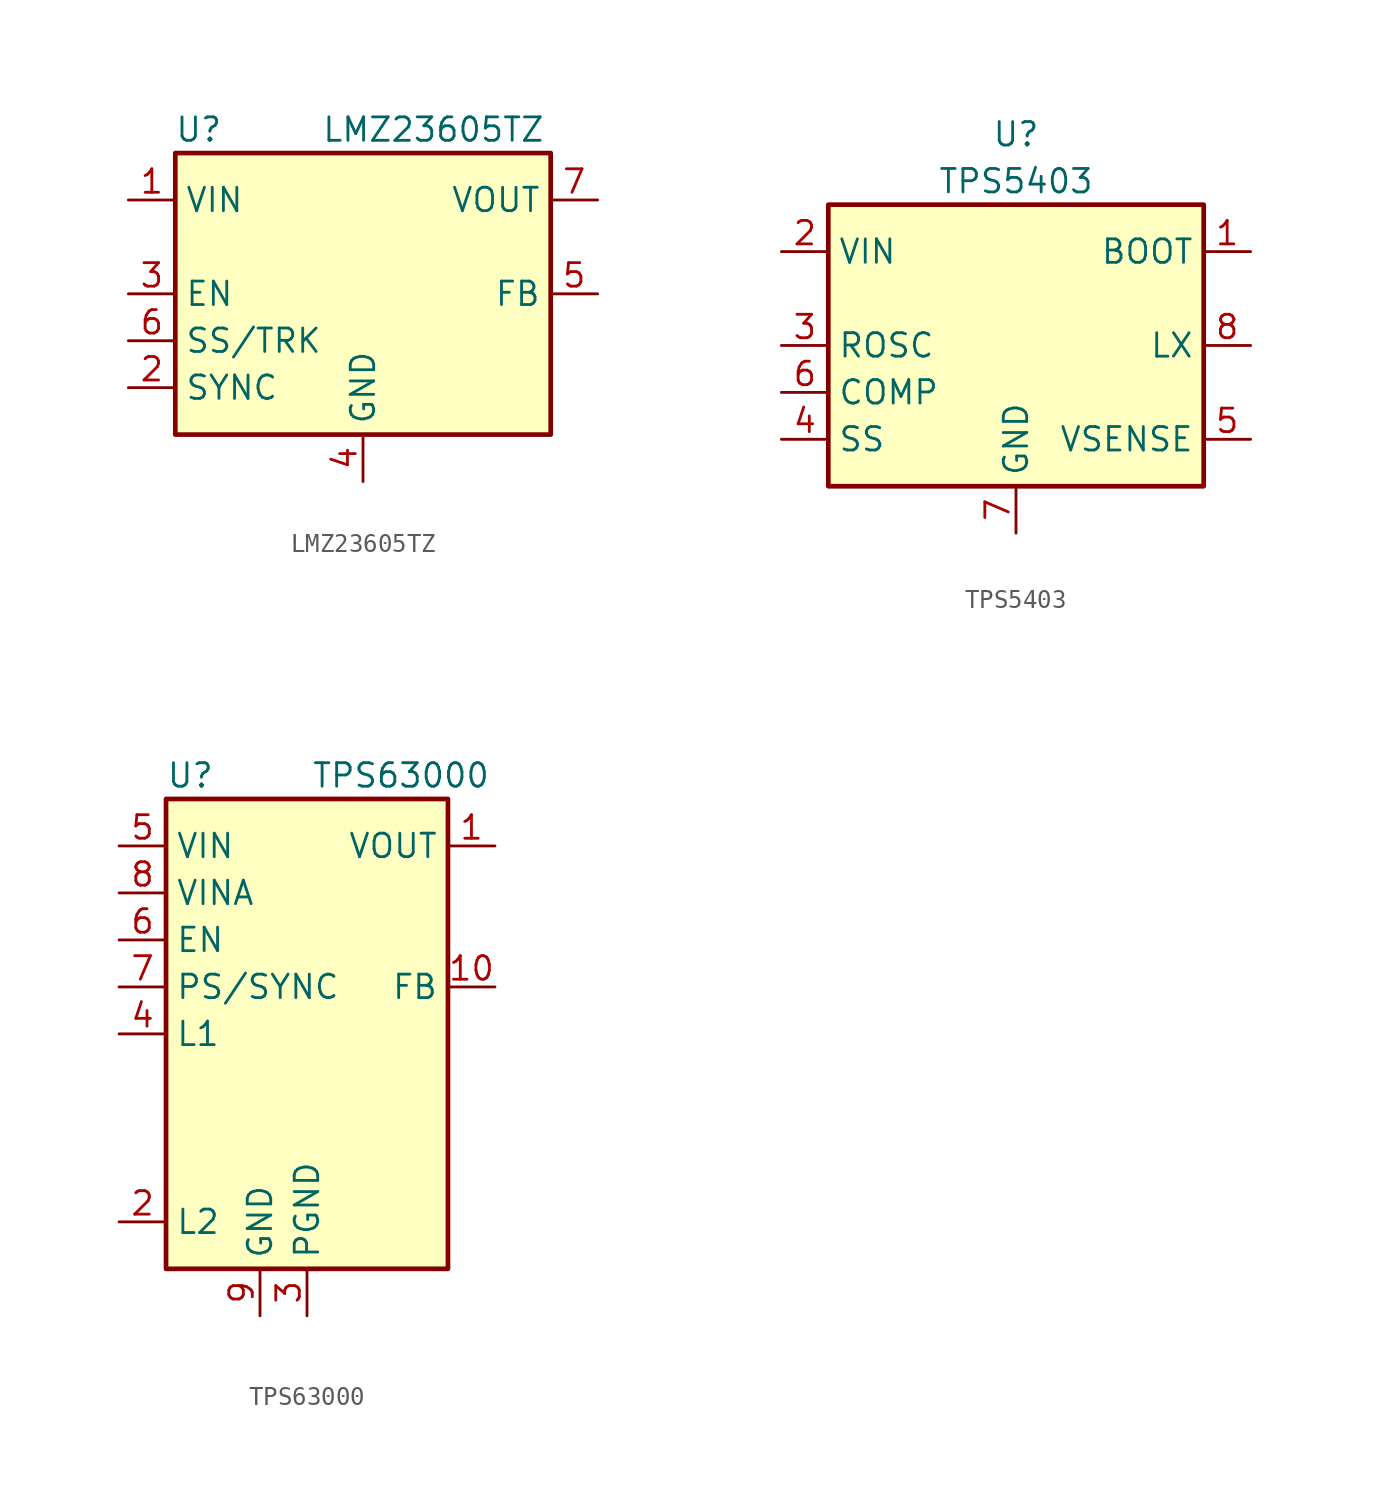
<source format=kicad_sym>
(kicad_symbol_lib
  (version 20211014)
  (generator kicad_symbol_editor)
  (symbol "LMZ23605TZ"
    (property "Reference" "U"
      (at -8.89 8.89 0)
      (effects (font (size 1.27 1.27))))
    (property "Value" "LMZ23605TZ"
      (at 3.81 8.89 0)
      (effects (font (size 1.27 1.27))))
    (symbol "LMZ23605TZ_0_1"
      (rectangle (start -10.16 7.62) (end 10.16 -7.62) (stroke (width 0.254) (type default) (color 0 0 0 0)) (fill (type background))))
    (symbol "LMZ23605TZ_1_1"
      (pin power_in line (at -12.7 5.08 0) (length 2.54) (name "VIN" (effects (font (size 1.27 1.27)))) (number "1" (effects (font (size 1.27 1.27)))))
      (pin input line (at -12.7 -5.08 0) (length 2.54) (name "SYNC" (effects (font (size 1.27 1.27)))) (number "2" (effects (font (size 1.27 1.27)))))
      (pin input line (at -12.7 0 0) (length 2.54) (name "EN" (effects (font (size 1.27 1.27)))) (number "3" (effects (font (size 1.27 1.27)))))
      (pin power_in line (at 0 -10.16 90) (length 2.54) (name "GND" (effects (font (size 1.27 1.27)))) (number "4" (effects (font (size 1.27 1.27)))))
      (pin input line (at 12.7 0 180) (length 2.54) (name "FB" (effects (font (size 1.27 1.27)))) (number "5" (effects (font (size 1.27 1.27)))))
      (pin passive line (at -12.7 -2.54 0) (length 2.54) (name "SS/TRK" (effects (font (size 1.27 1.27)))) (number "6" (effects (font (size 1.27 1.27)))))
      (pin power_out line (at 12.7 5.08 180) (length 2.54) (name "VOUT" (effects (font (size 1.27 1.27)))) (number "7" (effects (font (size 1.27 1.27)))))))
  (symbol "TPS5403"
    (property "Reference" "U"
      (at 0 11.43 0)
      (effects (font (size 1.27 1.27))))
    (property "Value" "TPS5403"
      (at 0 8.89 0)
      (effects (font (size 1.27 1.27))))
    (symbol "TPS5403_1_1"
      (rectangle (start -10.16 7.62) (end 10.16 -7.62) (stroke (width 0.254) (type default) (color 0 0 0 0)) (fill (type background)))
      (pin passive line (at 12.7 5.08 180) (length 2.54) (name "BOOT" (effects (font (size 1.27 1.27)))) (number "1" (effects (font (size 1.27 1.27)))))
      (pin power_in line (at -12.7 5.08 0) (length 2.54) (name "VIN" (effects (font (size 1.27 1.27)))) (number "2" (effects (font (size 1.27 1.27)))))
      (pin passive line (at -12.7 0 0) (length 2.54) (name "ROSC" (effects (font (size 1.27 1.27)))) (number "3" (effects (font (size 1.27 1.27)))))
      (pin passive line (at -12.7 -5.08 0) (length 2.54) (name "SS" (effects (font (size 1.27 1.27)))) (number "4" (effects (font (size 1.27 1.27)))))
      (pin input line (at 12.7 -5.08 180) (length 2.54) (name "VSENSE" (effects (font (size 1.27 1.27)))) (number "5" (effects (font (size 1.27 1.27)))))
      (pin passive line (at -12.7 -2.54 0) (length 2.54) (name "COMP" (effects (font (size 1.27 1.27)))) (number "6" (effects (font (size 1.27 1.27)))))
      (pin power_in line (at 0 -10.16 90) (length 2.54) (name "GND" (effects (font (size 1.27 1.27)))) (number "7" (effects (font (size 1.27 1.27)))))
      (pin output line (at 12.7 0 180) (length 2.54) (name "LX" (effects (font (size 1.27 1.27)))) (number "8" (effects (font (size 1.27 1.27)))))))
  (symbol "TPS63000"
    (property "Reference" "U"
      (at -7.62 13.97 0)
      (effects (font (size 1.27 1.27)) (justify left)))
    (property "Value" "TPS63000"
      (at 5.08 13.97 0)
      (effects (font (size 1.27 1.27))))
    (symbol "TPS63000_0_1"
      (rectangle (start -7.62 12.7) (end 7.62 -12.7) (stroke (width 0.254) (type default) (color 0 0 0 0)) (fill (type background))))
    (symbol "TPS63000_1_1"
      (pin power_out line (at 10.16 10.16 180) (length 2.54) (name "VOUT" (effects (font (size 1.27 1.27)))) (number "1" (effects (font (size 1.27 1.27)))))
      (pin input line (at 10.16 2.54 180) (length 2.54) (name "FB" (effects (font (size 1.27 1.27)))) (number "10" (effects (font (size 1.27 1.27)))))
      (pin passive line (at 0 -15.24 90) (length 2.54) hide (name "PGND" (effects (font (size 1.27 1.27)))) (number "11" (effects (font (size 1.27 1.27)))))
      (pin input line (at -10.16 -10.16 0) (length 2.54) (name "L2" (effects (font (size 1.27 1.27)))) (number "2" (effects (font (size 1.27 1.27)))))
      (pin power_in line (at 0 -15.24 90) (length 2.54) (name "PGND" (effects (font (size 1.27 1.27)))) (number "3" (effects (font (size 1.27 1.27)))))
      (pin input line (at -10.16 0 0) (length 2.54) (name "L1" (effects (font (size 1.27 1.27)))) (number "4" (effects (font (size 1.27 1.27)))))
      (pin power_in line (at -10.16 10.16 0) (length 2.54) (name "VIN" (effects (font (size 1.27 1.27)))) (number "5" (effects (font (size 1.27 1.27)))))
      (pin input line (at -10.16 5.08 0) (length 2.54) (name "EN" (effects (font (size 1.27 1.27)))) (number "6" (effects (font (size 1.27 1.27)))))
      (pin input line (at -10.16 2.54 0) (length 2.54) (name "PS/SYNC" (effects (font (size 1.27 1.27)))) (number "7" (effects (font (size 1.27 1.27)))))
      (pin power_in line (at -10.16 7.62 0) (length 2.54) (name "VINA" (effects (font (size 1.27 1.27)))) (number "8" (effects (font (size 1.27 1.27)))))
      (pin power_in line (at -2.54 -15.24 90) (length 2.54) (name "GND" (effects (font (size 1.27 1.27)))) (number "9" (effects (font (size 1.27 1.27))))))))
</source>
